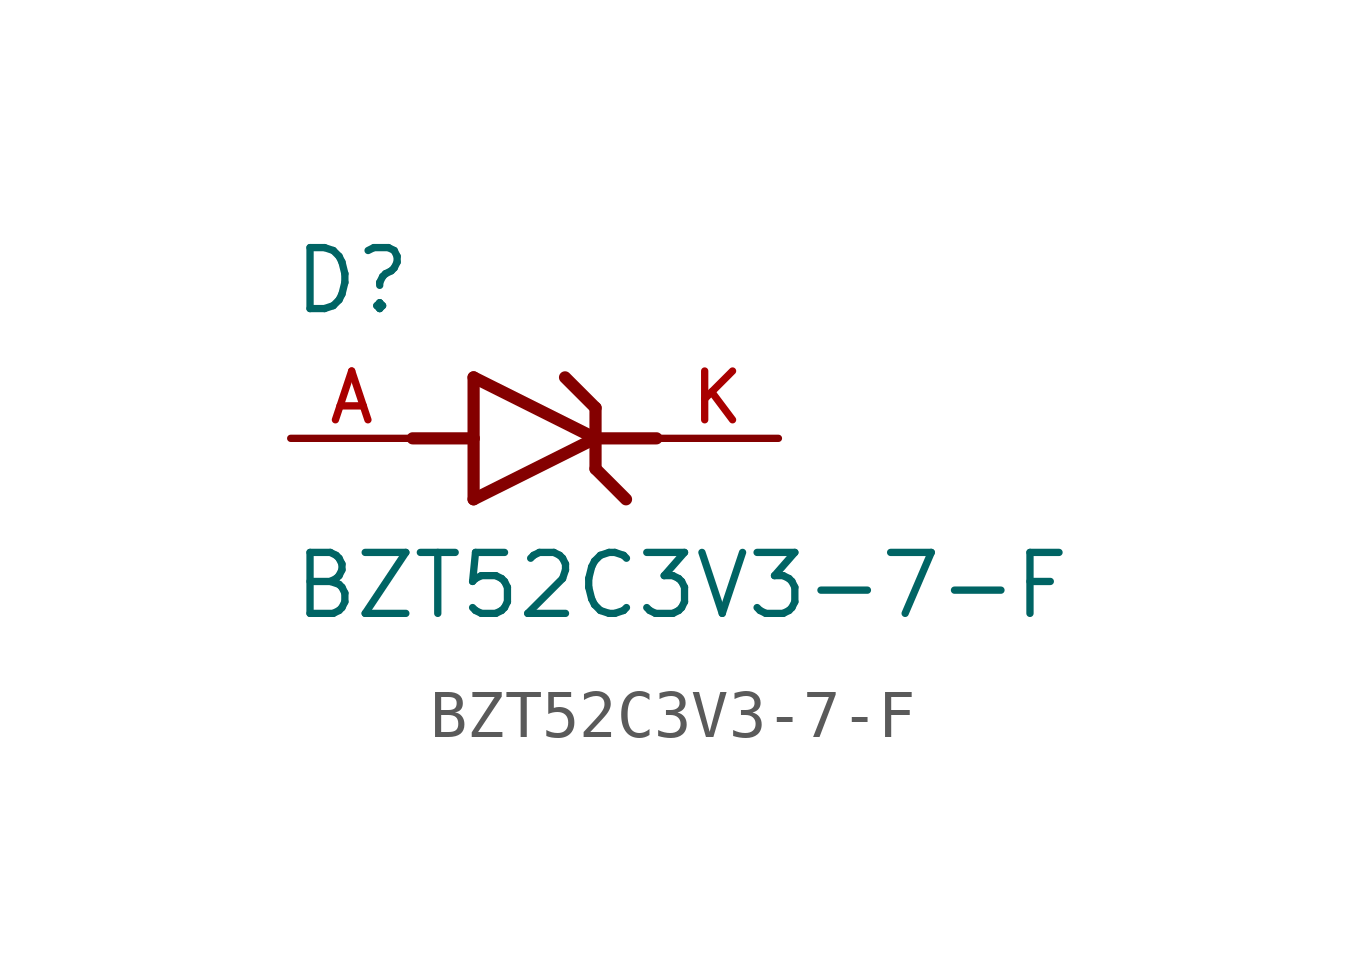
<source format=kicad_sym>
(kicad_symbol_lib
  (version 20220914)
  (generator kicad_symbol_editor)
  (symbol "BZT52C3V3-7-F"
    (pin_names
      (offset 1.016))
    (property "Reference" "D"
      (at -5.08 2.54 0)
      (effects (font (size 1.27 1.27)) (justify left bottom)))
    (property "Value" "BZT52C3V3-7-F"
      (at -5.08 -3.81 0)
      (effects (font (size 1.27 1.27)) (justify left bottom)))
    (symbol "BZT52C3V3-7-F_0_0"
      (polyline (pts (xy -2.54 0) (xy -1.27 0)) (stroke (width 0.254) (type default)) (fill (type none)))
      (polyline (pts (xy -1.27 -1.27) (xy 1.27 0)) (stroke (width 0.254) (type default)) (fill (type none)))
      (polyline (pts (xy -1.27 0) (xy -1.27 -1.27)) (stroke (width 0.254) (type default)) (fill (type none)))
      (polyline (pts (xy -1.27 1.27) (xy -1.27 0)) (stroke (width 0.254) (type default)) (fill (type none)))
      (polyline (pts (xy 0.635 1.27) (xy 1.27 0.635)) (stroke (width 0.254) (type default)) (fill (type none)))
      (polyline (pts (xy 1.27 -0.635) (xy 1.905 -1.27)) (stroke (width 0.254) (type default)) (fill (type none)))
      (polyline (pts (xy 1.27 0) (xy -1.27 1.27)) (stroke (width 0.254) (type default)) (fill (type none)))
      (polyline (pts (xy 1.27 0) (xy 1.27 -0.635)) (stroke (width 0.254) (type default)) (fill (type none)))
      (polyline (pts (xy 1.27 0.635) (xy 1.27 0)) (stroke (width 0.254) (type default)) (fill (type none)))
      (polyline (pts (xy 2.54 0) (xy 1.27 0)) (stroke (width 0.254) (type default)) (fill (type none)))
      (pin passive line (at -5.08 0 0) (length 2.54) (name "~" (effects (font (size 1.016 1.016)))) (number "A" (effects (font (size 1.016 1.016)))))
      (pin passive line (at 5.08 0 180) (length 2.54) (name "~" (effects (font (size 1.016 1.016)))) (number "K" (effects (font (size 1.016 1.016))))))))
</source>
